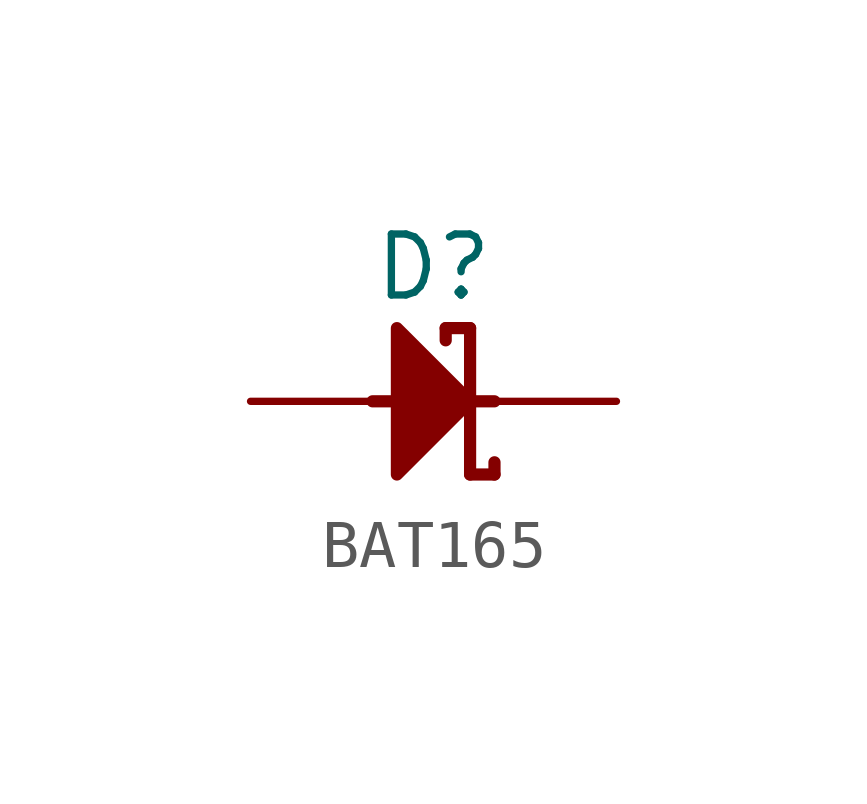
<source format=kicad_sym>
(kicad_symbol_lib
  (version 20211014)
  (generator kicad_symbol_editor)
  (symbol "BAT165"
    (pin_names
      (offset 1.27))
    (property "Reference" "D"
      (at 3.81 2.794 0)
      (effects (font (size 1.27 1.27))))
    (property "ki_locked" ""
      (at 0 0 0)
      (effects (font (size 1.27 1.27))))
    (symbol "BAT165_0_1"
      (polyline (pts (xy 2.54 0) (xy 5.08 0)) (stroke (width 0.254) (type default) (color 0 0 0 0)) (fill (type none)))
      (polyline (pts (xy 4.064 1.524) (xy 4.064 1.27)) (stroke (width 0.254) (type default) (color 0 0 0 0)) (fill (type none)))
      (polyline (pts (xy 4.572 1.524) (xy 4.064 1.524)) (stroke (width 0.254) (type default) (color 0 0 0 0)) (fill (type none)))
      (polyline (pts (xy 4.572 1.524) (xy 4.572 -1.524)) (stroke (width 0.254) (type default) (color 0 0 0 0)) (fill (type none)))
      (polyline (pts (xy 5.08 -1.524) (xy 4.572 -1.524)) (stroke (width 0.254) (type default) (color 0 0 0 0)) (fill (type none)))
      (polyline (pts (xy 5.08 -1.27) (xy 5.08 -1.524)) (stroke (width 0.254) (type default) (color 0 0 0 0)) (fill (type none)))
      (polyline (pts (xy 3.048 -1.524) (xy 4.572 0) (xy 3.048 1.524) (xy 3.048 -1.524)) (stroke (width 0.254) (type default) (color 0 0 0 0)) (fill (type outline)))
      (pin passive line (at 7.62 0 180) (length 2.54) (name "C" (effects (font (size 0 0)))) (number "1" (effects (font (size 0 0)))))
      (pin passive line (at 0 0 0) (length 2.54) (name "A" (effects (font (size 0 0)))) (number "2" (effects (font (size 0 0))))))))
</source>
